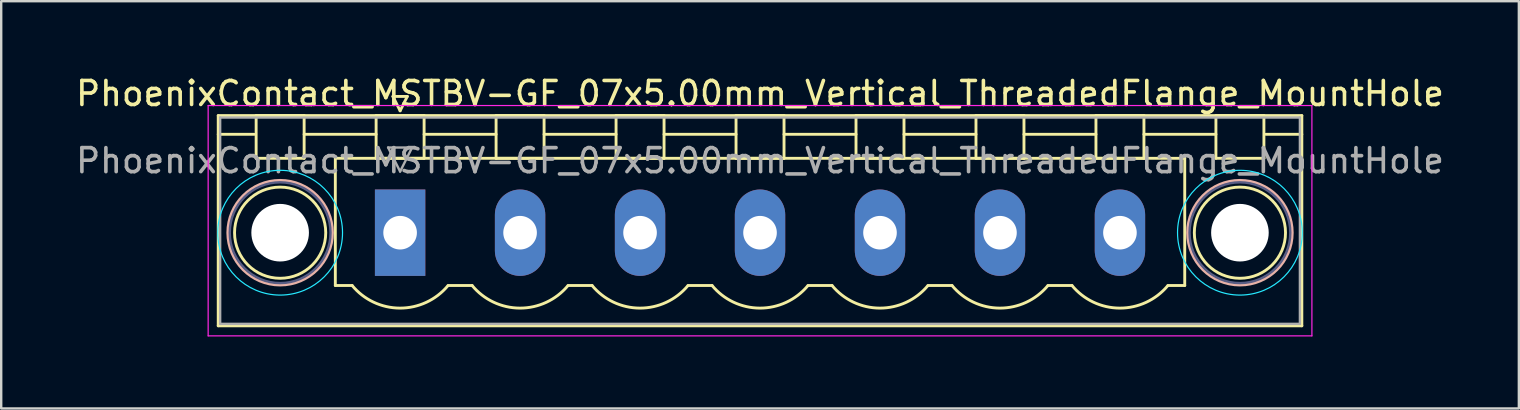
<source format=kicad_pcb>
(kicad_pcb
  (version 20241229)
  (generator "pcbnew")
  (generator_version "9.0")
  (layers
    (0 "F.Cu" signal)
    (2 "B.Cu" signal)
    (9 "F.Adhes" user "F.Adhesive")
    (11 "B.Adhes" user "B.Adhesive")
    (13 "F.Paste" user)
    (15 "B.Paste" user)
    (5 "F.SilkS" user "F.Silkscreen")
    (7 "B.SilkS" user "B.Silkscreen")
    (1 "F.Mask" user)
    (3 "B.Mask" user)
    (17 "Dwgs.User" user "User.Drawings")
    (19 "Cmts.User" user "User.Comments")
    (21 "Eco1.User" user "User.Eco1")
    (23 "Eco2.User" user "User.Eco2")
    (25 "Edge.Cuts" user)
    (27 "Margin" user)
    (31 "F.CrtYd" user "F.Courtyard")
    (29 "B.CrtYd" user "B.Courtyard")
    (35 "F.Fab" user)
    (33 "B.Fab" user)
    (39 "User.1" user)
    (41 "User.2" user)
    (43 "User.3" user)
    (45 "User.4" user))
  (footprint "PhoenixContact_MSTBV-GF_07x5.00mm_Vertical_ThreadedFlange_MountHole"
    (layer "F.Cu")
    (at 13.625 6.648)
    (property "Reference" "PhoenixContact_MSTBV-GF_07x5.00mm_Vertical_ThreadedFlange_MountHole" (at 15 -5.8 0) (layer "F.SilkS") (effects (font (size 1 1) (thickness 0.15))))
    (attr through_hole)
    (fp_line (start -7.58 -4.88) (end -7.58 3.88) (stroke (width 0.12) (type solid)) (layer "F.SilkS"))
    (fp_line (start -7.58 -4.1) (end -6.08 -4.1) (stroke (width 0.12) (type solid)) (layer "F.SilkS"))
    (fp_line (start -7.58 3.88) (end 37.58 3.88) (stroke (width 0.12) (type solid)) (layer "F.SilkS"))
    (fp_line (start -6 -4.88) (end -4 -4.88) (stroke (width 0.12) (type solid)) (layer "F.SilkS"))
    (fp_line (start -6 -3.1) (end -6 -4.88) (stroke (width 0.12) (type solid)) (layer "F.SilkS"))
    (fp_line (start -4 -4.88) (end -4 -3.1) (stroke (width 0.12) (type solid)) (layer "F.SilkS"))
    (fp_line (start -4 -4.1) (end -1 -4.1) (stroke (width 0.12) (type solid)) (layer "F.SilkS"))
    (fp_line (start -4 -3.1) (end -6 -3.1) (stroke (width 0.12) (type solid)) (layer "F.SilkS"))
    (fp_line (start -2.7 -3.1) (end 32.7 -3.1) (stroke (width 0.12) (type solid)) (layer "F.SilkS"))
    (fp_line (start -2.7 2.2) (end -2.7 -3.1) (stroke (width 0.12) (type solid)) (layer "F.SilkS"))
    (fp_line (start -2 2.2) (end -2.7 2.2) (stroke (width 0.12) (type solid)) (layer "F.SilkS"))
    (fp_line (start -1 -4.88) (end 1 -4.88) (stroke (width 0.12) (type solid)) (layer "F.SilkS"))
    (fp_line (start -1 -3.1) (end -1 -4.88) (stroke (width 0.12) (type solid)) (layer "F.SilkS"))
    (fp_line (start -0.3 -5.68) (end 0.3 -5.68) (stroke (width 0.12) (type solid)) (layer "F.SilkS"))
    (fp_line (start 0 -5.08) (end -0.3 -5.68) (stroke (width 0.12) (type solid)) (layer "F.SilkS"))
    (fp_line (start 0.3 -5.68) (end 0 -5.08) (stroke (width 0.12) (type solid)) (layer "F.SilkS"))
    (fp_line (start 1 -4.88) (end 1 -3.1) (stroke (width 0.12) (type solid)) (layer "F.SilkS"))
    (fp_line (start 1 -4.1) (end 4 -4.1) (stroke (width 0.12) (type solid)) (layer "F.SilkS"))
    (fp_line (start 1 -3.1) (end -1 -3.1) (stroke (width 0.12) (type solid)) (layer "F.SilkS"))
    (fp_line (start 2 2.2) (end 3 2.2) (stroke (width 0.12) (type solid)) (layer "F.SilkS"))
    (fp_line (start 4 -4.88) (end 6 -4.88) (stroke (width 0.12) (type solid)) (layer "F.SilkS"))
    (fp_line (start 4 -3.1) (end 4 -4.88) (stroke (width 0.12) (type solid)) (layer "F.SilkS"))
    (fp_line (start 6 -4.88) (end 6 -3.1) (stroke (width 0.12) (type solid)) (layer "F.SilkS"))
    (fp_line (start 6 -4.1) (end 9 -4.1) (stroke (width 0.12) (type solid)) (layer "F.SilkS"))
    (fp_line (start 6 -3.1) (end 4 -3.1) (stroke (width 0.12) (type solid)) (layer "F.SilkS"))
    (fp_line (start 7 2.2) (end 8 2.2) (stroke (width 0.12) (type solid)) (layer "F.SilkS"))
    (fp_line (start 9 -4.88) (end 11 -4.88) (stroke (width 0.12) (type solid)) (layer "F.SilkS"))
    (fp_line (start 9 -3.1) (end 9 -4.88) (stroke (width 0.12) (type solid)) (layer "F.SilkS"))
    (fp_line (start 11 -4.88) (end 11 -3.1) (stroke (width 0.12) (type solid)) (layer "F.SilkS"))
    (fp_line (start 11 -4.1) (end 14 -4.1) (stroke (width 0.12) (type solid)) (layer "F.SilkS"))
    (fp_line (start 11 -3.1) (end 9 -3.1) (stroke (width 0.12) (type solid)) (layer "F.SilkS"))
    (fp_line (start 12 2.2) (end 13 2.2) (stroke (width 0.12) (type solid)) (layer "F.SilkS"))
    (fp_line (start 14 -4.88) (end 16 -4.88) (stroke (width 0.12) (type solid)) (layer "F.SilkS"))
    (fp_line (start 14 -3.1) (end 14 -4.88) (stroke (width 0.12) (type solid)) (layer "F.SilkS"))
    (fp_line (start 16 -4.88) (end 16 -3.1) (stroke (width 0.12) (type solid)) (layer "F.SilkS"))
    (fp_line (start 16 -4.1) (end 19 -4.1) (stroke (width 0.12) (type solid)) (layer "F.SilkS"))
    (fp_line (start 16 -3.1) (end 14 -3.1) (stroke (width 0.12) (type solid)) (layer "F.SilkS"))
    (fp_line (start 17 2.2) (end 18 2.2) (stroke (width 0.12) (type solid)) (layer "F.SilkS"))
    (fp_line (start 19 -4.88) (end 21 -4.88) (stroke (width 0.12) (type solid)) (layer "F.SilkS"))
    (fp_line (start 19 -3.1) (end 19 -4.88) (stroke (width 0.12) (type solid)) (layer "F.SilkS"))
    (fp_line (start 21 -4.88) (end 21 -3.1) (stroke (width 0.12) (type solid)) (layer "F.SilkS"))
    (fp_line (start 21 -4.1) (end 24 -4.1) (stroke (width 0.12) (type solid)) (layer "F.SilkS"))
    (fp_line (start 21 -3.1) (end 19 -3.1) (stroke (width 0.12) (type solid)) (layer "F.SilkS"))
    (fp_line (start 22 2.2) (end 23 2.2) (stroke (width 0.12) (type solid)) (layer "F.SilkS"))
    (fp_line (start 24 -4.88) (end 26 -4.88) (stroke (width 0.12) (type solid)) (layer "F.SilkS"))
    (fp_line (start 24 -3.1) (end 24 -4.88) (stroke (width 0.12) (type solid)) (layer "F.SilkS"))
    (fp_line (start 26 -4.88) (end 26 -3.1) (stroke (width 0.12) (type solid)) (layer "F.SilkS"))
    (fp_line (start 26 -4.1) (end 29 -4.1) (stroke (width 0.12) (type solid)) (layer "F.SilkS"))
    (fp_line (start 26 -3.1) (end 24 -3.1) (stroke (width 0.12) (type solid)) (layer "F.SilkS"))
    (fp_line (start 27 2.2) (end 28 2.2) (stroke (width 0.12) (type solid)) (layer "F.SilkS"))
    (fp_line (start 29 -4.88) (end 31 -4.88) (stroke (width 0.12) (type solid)) (layer "F.SilkS"))
    (fp_line (start 29 -3.1) (end 29 -4.88) (stroke (width 0.12) (type solid)) (layer "F.SilkS"))
    (fp_line (start 31 -4.88) (end 31 -3.1) (stroke (width 0.12) (type solid)) (layer "F.SilkS"))
    (fp_line (start 31 -4.1) (end 34 -4.1) (stroke (width 0.12) (type solid)) (layer "F.SilkS"))
    (fp_line (start 31 -3.1) (end 29 -3.1) (stroke (width 0.12) (type solid)) (layer "F.SilkS"))
    (fp_line (start 32.7 -3.1) (end 32.7 2.2) (stroke (width 0.12) (type solid)) (layer "F.SilkS"))
    (fp_line (start 32.7 2.2) (end 32 2.2) (stroke (width 0.12) (type solid)) (layer "F.SilkS"))
    (fp_line (start 34 -4.88) (end 36 -4.88) (stroke (width 0.12) (type solid)) (layer "F.SilkS"))
    (fp_line (start 34 -3.1) (end 34 -4.88) (stroke (width 0.12) (type solid)) (layer "F.SilkS"))
    (fp_line (start 36 -4.88) (end 36 -3.1) (stroke (width 0.12) (type solid)) (layer "F.SilkS"))
    (fp_line (start 36 -3.1) (end 34 -3.1) (stroke (width 0.12) (type solid)) (layer "F.SilkS"))
    (fp_line (start 37.58 -4.88) (end -7.58 -4.88) (stroke (width 0.12) (type solid)) (layer "F.SilkS"))
    (fp_line (start 37.58 -4.1) (end 36.08 -4.1) (stroke (width 0.12) (type solid)) (layer "F.SilkS"))
    (fp_line (start 37.58 3.88) (end 37.58 -4.88) (stroke (width 0.12) (type solid)) (layer "F.SilkS"))
    (fp_arc (start 1.986842 2.215821) (mid -0.010289 3.142758) (end -2 2.2) (stroke (width 0.12) (type solid)) (layer "F.SilkS"))
    (fp_arc (start 6.986842 2.215821) (mid 4.989711 3.142758) (end 3 2.2) (stroke (width 0.12) (type solid)) (layer "F.SilkS"))
    (fp_arc (start 11.986842 2.215821) (mid 9.989711 3.142758) (end 8 2.2) (stroke (width 0.12) (type solid)) (layer "F.SilkS"))
    (fp_arc (start 16.986842 2.215821) (mid 14.989711 3.142758) (end 13 2.2) (stroke (width 0.12) (type solid)) (layer "F.SilkS"))
    (fp_arc (start 21.986842 2.215821) (mid 19.989711 3.142758) (end 18 2.2) (stroke (width 0.12) (type solid)) (layer "F.SilkS"))
    (fp_arc (start 26.986842 2.215821) (mid 24.989711 3.142758) (end 23 2.2) (stroke (width 0.12) (type solid)) (layer "F.SilkS"))
    (fp_arc (start 31.986842 2.215821) (mid 29.989711 3.142758) (end 28 2.2) (stroke (width 0.12) (type solid)) (layer "F.SilkS"))
    (fp_circle (center -5 0) (end -3.1 0) (stroke (width 0.12) (type solid)) (fill no) (layer "F.SilkS"))
    (fp_circle (center 35 0) (end 36.9 0) (stroke (width 0.12) (type solid)) (fill no) (layer "F.SilkS"))
    (fp_circle (center -5 0) (end -2.82 0) (stroke (width 0.12) (type solid)) (fill no) (layer "B.SilkS"))
    (fp_circle (center 35 0) (end 37.18 0) (stroke (width 0.12) (type solid)) (fill no) (layer "B.SilkS"))
    (fp_circle (center -5 0) (end -2.4 0) (stroke (width 0.05) (type solid)) (fill no) (layer "B.CrtYd"))
    (fp_circle (center 35 0) (end 37.6 0) (stroke (width 0.05) (type solid)) (fill no) (layer "B.CrtYd"))
    (fp_line (start -8 -5.3) (end -8 4.3) (stroke (width 0.05) (type solid)) (layer "F.CrtYd"))
    (fp_line (start -8 4.3) (end 38 4.3) (stroke (width 0.05) (type solid)) (layer "F.CrtYd"))
    (fp_line (start 38 -5.3) (end -8 -5.3) (stroke (width 0.05) (type solid)) (layer "F.CrtYd"))
    (fp_line (start 38 4.3) (end 38 -5.3) (stroke (width 0.05) (type solid)) (layer "F.CrtYd"))
    (fp_circle (center -5 0) (end -2.9 0) (stroke (width 0.1) (type solid)) (fill no) (layer "B.Fab"))
    (fp_circle (center 35 0) (end 37.1 0) (stroke (width 0.1) (type solid)) (fill no) (layer "B.Fab"))
    (fp_line (start -7.5 -4.8) (end -7.5 3.8) (stroke (width 0.1) (type solid)) (layer "F.Fab"))
    (fp_line (start -7.5 3.8) (end 37.5 3.8) (stroke (width 0.1) (type solid)) (layer "F.Fab"))
    (fp_line (start -0.5 -3.55) (end 0.5 -3.55) (stroke (width 0.1) (type solid)) (layer "F.Fab"))
    (fp_line (start 0 -2.55) (end -0.5 -3.55) (stroke (width 0.1) (type solid)) (layer "F.Fab"))
    (fp_line (start 0.5 -3.55) (end 0 -2.55) (stroke (width 0.1) (type solid)) (layer "F.Fab"))
    (fp_line (start 37.5 -4.8) (end -7.5 -4.8) (stroke (width 0.1) (type solid)) (layer "F.Fab"))
    (fp_line (start 37.5 3.8) (end 37.5 -4.8) (stroke (width 0.1) (type solid)) (layer "F.Fab"))
    (fp_text user "${REFERENCE}" (at 15 -3 0) (layer "F.Fab") (effects (font (size 1 1) (thickness 0.15))))
    (pad "" np_thru_hole circle (at -5 0) (size 2.4 2.4) (drill 2.4) (layers "*.Cu" "*.Mask"))
    (pad "" np_thru_hole circle (at 35 0) (size 2.4 2.4) (drill 2.4) (layers "*.Cu" "*.Mask"))
    (pad "1" thru_hole rect (at 0 0) (size 2.1 3.6) (drill 1.4) (layers "*.Cu" "*.Mask"))
    (pad "2" thru_hole oval (at 5 0) (size 2.1 3.6) (drill 1.4) (layers "*.Cu" "*.Mask"))
    (pad "3" thru_hole oval (at 10 0) (size 2.1 3.6) (drill 1.4) (layers "*.Cu" "*.Mask"))
    (pad "4" thru_hole oval (at 15 0) (size 2.1 3.6) (drill 1.4) (layers "*.Cu" "*.Mask"))
    (pad "5" thru_hole oval (at 20 0) (size 2.1 3.6) (drill 1.4) (layers "*.Cu" "*.Mask"))
    (pad "6" thru_hole oval (at 25 0) (size 2.1 3.6) (drill 1.4) (layers "*.Cu" "*.Mask"))
    (pad "7" thru_hole oval (at 30 0) (size 2.1 3.6) (drill 1.4) (layers "*.Cu" "*.Mask")))
  (gr_rect
    (start -3 -3)
    (end 60.25 13.973)
    (stroke (width 0.1) (type default))
    (fill no)
    (layer "Edge.Cuts")))
</source>
